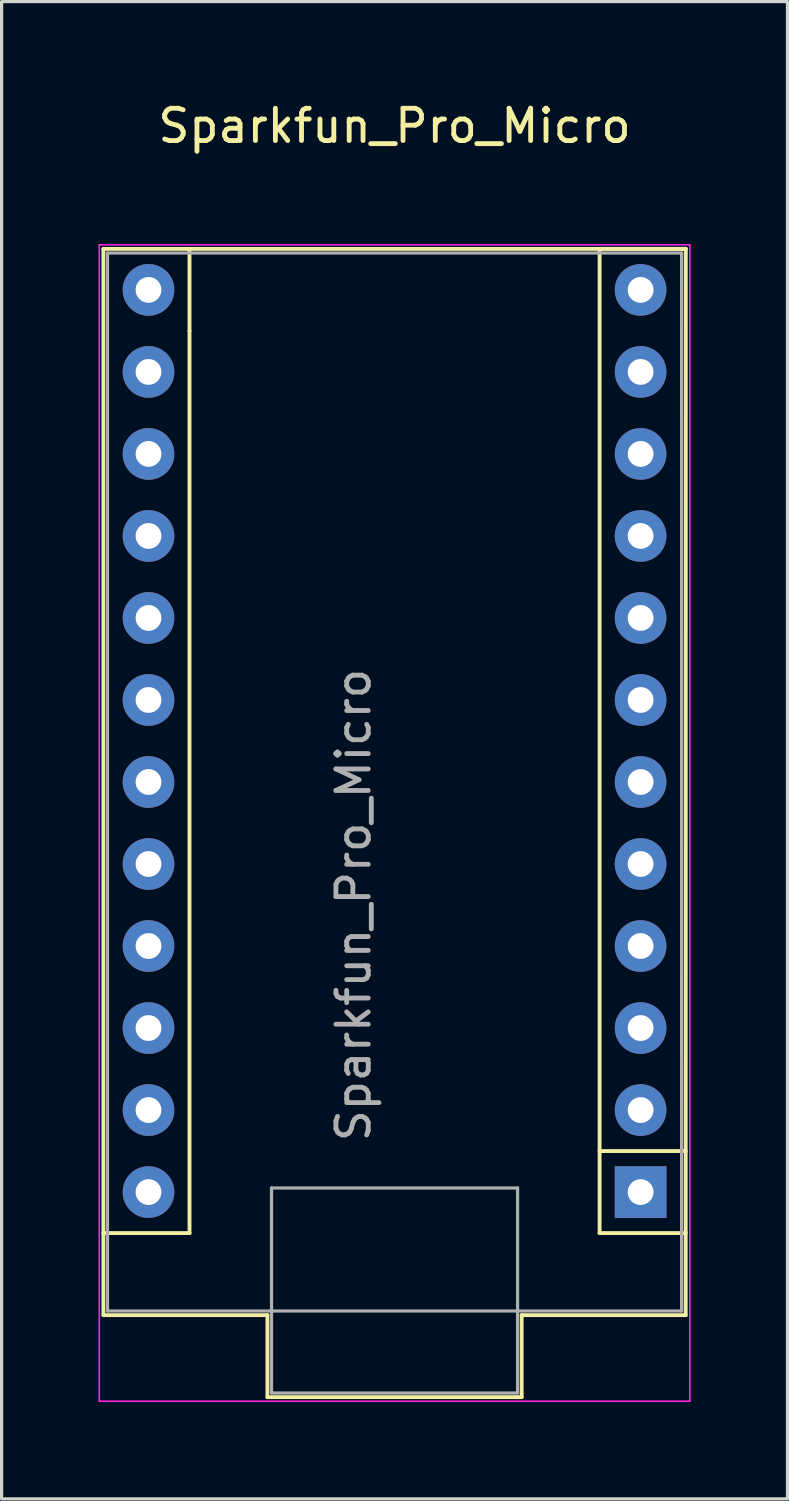
<source format=kicad_pcb>
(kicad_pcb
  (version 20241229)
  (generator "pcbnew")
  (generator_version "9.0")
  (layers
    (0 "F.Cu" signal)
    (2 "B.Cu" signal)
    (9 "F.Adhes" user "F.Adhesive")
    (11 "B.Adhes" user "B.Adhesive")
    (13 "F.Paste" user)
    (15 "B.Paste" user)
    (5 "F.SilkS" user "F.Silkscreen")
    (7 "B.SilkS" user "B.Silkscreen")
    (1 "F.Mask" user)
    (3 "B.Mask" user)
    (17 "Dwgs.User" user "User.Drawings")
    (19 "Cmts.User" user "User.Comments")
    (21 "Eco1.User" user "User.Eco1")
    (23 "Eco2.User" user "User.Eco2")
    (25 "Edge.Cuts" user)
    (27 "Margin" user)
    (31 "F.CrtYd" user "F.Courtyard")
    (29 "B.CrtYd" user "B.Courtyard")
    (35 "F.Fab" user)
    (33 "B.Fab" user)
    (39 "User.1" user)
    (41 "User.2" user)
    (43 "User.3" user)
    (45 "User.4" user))
  (footprint "Sparkfun_Pro_Micro"
    (layer "F.Cu")
    (at 1.549 5.928)
    (property "Reference" "Sparkfun_Pro_Micro" (at 7.62 -5.08 0) (layer "F.SilkS") (effects (font (size 1 1) (thickness 0.15))))
    (attr through_hole)
    (fp_line (start -1.397 -1.27) (end -1.397 31.75) (stroke (width 0.12) (type solid)) (layer "F.SilkS"))
    (fp_line (start -1.397 31.75) (end 3.683 31.75) (stroke (width 0.12) (type solid)) (layer "F.SilkS"))
    (fp_line (start 1.27 -1.27) (end -1.397 -1.27) (stroke (width 0.12) (type solid)) (layer "F.SilkS"))
    (fp_line (start 1.27 1.27) (end 1.27 -1.27) (stroke (width 0.12) (type solid)) (layer "F.SilkS"))
    (fp_line (start 1.27 1.27) (end 1.27 29.21) (stroke (width 0.12) (type solid)) (layer "F.SilkS"))
    (fp_line (start 1.27 29.21) (end -1.4 29.21) (stroke (width 0.12) (type solid)) (layer "F.SilkS"))
    (fp_line (start 3.683 34.29) (end 3.683 31.75) (stroke (width 0.12) (type solid)) (layer "F.SilkS"))
    (fp_line (start 3.683 34.29) (end 11.557 34.29) (stroke (width 0.12) (type solid)) (layer "F.SilkS"))
    (fp_line (start 11.557 31.75) (end 16.637 31.75) (stroke (width 0.12) (type solid)) (layer "F.SilkS"))
    (fp_line (start 11.557 34.29) (end 11.557 31.75) (stroke (width 0.12) (type solid)) (layer "F.SilkS"))
    (fp_line (start 13.97 -1.27) (end 13.97 29.21) (stroke (width 0.12) (type solid)) (layer "F.SilkS"))
    (fp_line (start 13.97 -1.27) (end 16.64 -1.27) (stroke (width 0.12) (type solid)) (layer "F.SilkS"))
    (fp_line (start 13.97 26.67) (end 16.64 26.67) (stroke (width 0.12) (type solid)) (layer "F.SilkS"))
    (fp_line (start 13.97 29.21) (end 16.64 29.21) (stroke (width 0.12) (type solid)) (layer "F.SilkS"))
    (fp_line (start 16.637 -1.27) (end 1.27 -1.27) (stroke (width 0.12) (type solid)) (layer "F.SilkS"))
    (fp_line (start 16.637 31.75) (end 16.64 -1.27) (stroke (width 0.12) (type solid)) (layer "F.SilkS"))
    (fp_line (start -1.524 -1.397) (end -1.524 34.417) (stroke (width 0.05) (type solid)) (layer "F.CrtYd"))
    (fp_line (start -1.524 -1.397) (end 16.764 -1.397) (stroke (width 0.05) (type solid)) (layer "F.CrtYd"))
    (fp_line (start 16.764 34.417) (end -1.524 34.417) (stroke (width 0.05) (type solid)) (layer "F.CrtYd"))
    (fp_line (start 16.764 34.417) (end 16.764 -1.397) (stroke (width 0.05) (type solid)) (layer "F.CrtYd"))
    (fp_line (start -1.27 -1.143) (end 16.51 -1.143) (stroke (width 0.1) (type solid)) (layer "F.Fab"))
    (fp_line (start -1.27 31.623) (end -1.27 -1.143) (stroke (width 0.1) (type solid)) (layer "F.Fab"))
    (fp_line (start 3.81 27.813) (end 11.43 27.813) (stroke (width 0.1) (type solid)) (layer "F.Fab"))
    (fp_line (start 3.81 34.163) (end 3.81 27.813) (stroke (width 0.1) (type solid)) (layer "F.Fab"))
    (fp_line (start 11.43 27.813) (end 11.43 34.163) (stroke (width 0.1) (type solid)) (layer "F.Fab"))
    (fp_line (start 11.43 34.163) (end 3.81 34.163) (stroke (width 0.1) (type solid)) (layer "F.Fab"))
    (fp_line (start 16.51 -1.143) (end 16.51 31.623) (stroke (width 0.1) (type solid)) (layer "F.Fab"))
    (fp_line (start 16.51 31.623) (end -1.27 31.623) (stroke (width 0.1) (type solid)) (layer "F.Fab"))
    (fp_text user "${REFERENCE}" (at 6.35 19.05 90) (layer "F.Fab") (effects (font (size 1 1) (thickness 0.15))))
    (pad "1" thru_hole rect (at 15.24 27.94) (size 1.6 1.6) (drill 0.8) (layers "*.Cu" "*.Mask"))
    (pad "2" thru_hole oval (at 15.24 25.4) (size 1.6 1.6) (drill 0.8) (layers "*.Cu" "*.Mask"))
    (pad "3" thru_hole oval (at 15.24 22.86) (size 1.6 1.6) (drill 0.8) (layers "*.Cu" "*.Mask"))
    (pad "4" thru_hole oval (at 15.24 20.32) (size 1.6 1.6) (drill 0.8) (layers "*.Cu" "*.Mask"))
    (pad "5" thru_hole oval (at 15.24 17.78) (size 1.6 1.6) (drill 0.8) (layers "*.Cu" "*.Mask"))
    (pad "6" thru_hole oval (at 15.24 15.24) (size 1.6 1.6) (drill 0.8) (layers "*.Cu" "*.Mask"))
    (pad "7" thru_hole oval (at 15.24 12.7) (size 1.6 1.6) (drill 0.8) (layers "*.Cu" "*.Mask"))
    (pad "8" thru_hole oval (at 15.24 10.16) (size 1.6 1.6) (drill 0.8) (layers "*.Cu" "*.Mask"))
    (pad "9" thru_hole oval (at 15.24 7.62) (size 1.6 1.6) (drill 0.8) (layers "*.Cu" "*.Mask"))
    (pad "10" thru_hole oval (at 15.24 5.08) (size 1.6 1.6) (drill 0.8) (layers "*.Cu" "*.Mask"))
    (pad "11" thru_hole oval (at 15.24 2.54) (size 1.6 1.6) (drill 0.8) (layers "*.Cu" "*.Mask"))
    (pad "12" thru_hole oval (at 15.24 0) (size 1.6 1.6) (drill 0.8) (layers "*.Cu" "*.Mask"))
    (pad "13" thru_hole oval (at 0 0) (size 1.6 1.6) (drill 0.8) (layers "*.Cu" "*.Mask"))
    (pad "14" thru_hole oval (at 0 2.54) (size 1.6 1.6) (drill 0.8) (layers "*.Cu" "*.Mask"))
    (pad "15" thru_hole oval (at 0 5.08) (size 1.6 1.6) (drill 0.8) (layers "*.Cu" "*.Mask"))
    (pad "16" thru_hole oval (at 0 7.62) (size 1.6 1.6) (drill 0.8) (layers "*.Cu" "*.Mask"))
    (pad "17" thru_hole oval (at 0 10.16) (size 1.6 1.6) (drill 0.8) (layers "*.Cu" "*.Mask"))
    (pad "18" thru_hole oval (at 0 12.7) (size 1.6 1.6) (drill 0.8) (layers "*.Cu" "*.Mask"))
    (pad "19" thru_hole oval (at 0 15.24) (size 1.6 1.6) (drill 0.8) (layers "*.Cu" "*.Mask"))
    (pad "20" thru_hole oval (at 0 17.78) (size 1.6 1.6) (drill 0.8) (layers "*.Cu" "*.Mask"))
    (pad "21" thru_hole oval (at 0 20.32) (size 1.6 1.6) (drill 0.8) (layers "*.Cu" "*.Mask"))
    (pad "22" thru_hole oval (at 0 22.86) (size 1.6 1.6) (drill 0.8) (layers "*.Cu" "*.Mask"))
    (pad "23" thru_hole oval (at 0 25.4) (size 1.6 1.6) (drill 0.8) (layers "*.Cu" "*.Mask"))
    (pad "24" thru_hole oval (at 0 27.94) (size 1.6 1.6) (drill 0.8) (layers "*.Cu" "*.Mask")))
  (gr_rect
    (start -3 -3)
    (end 21.338 43.37)
    (stroke (width 0.1) (type default))
    (fill no)
    (layer "Edge.Cuts")))
</source>
